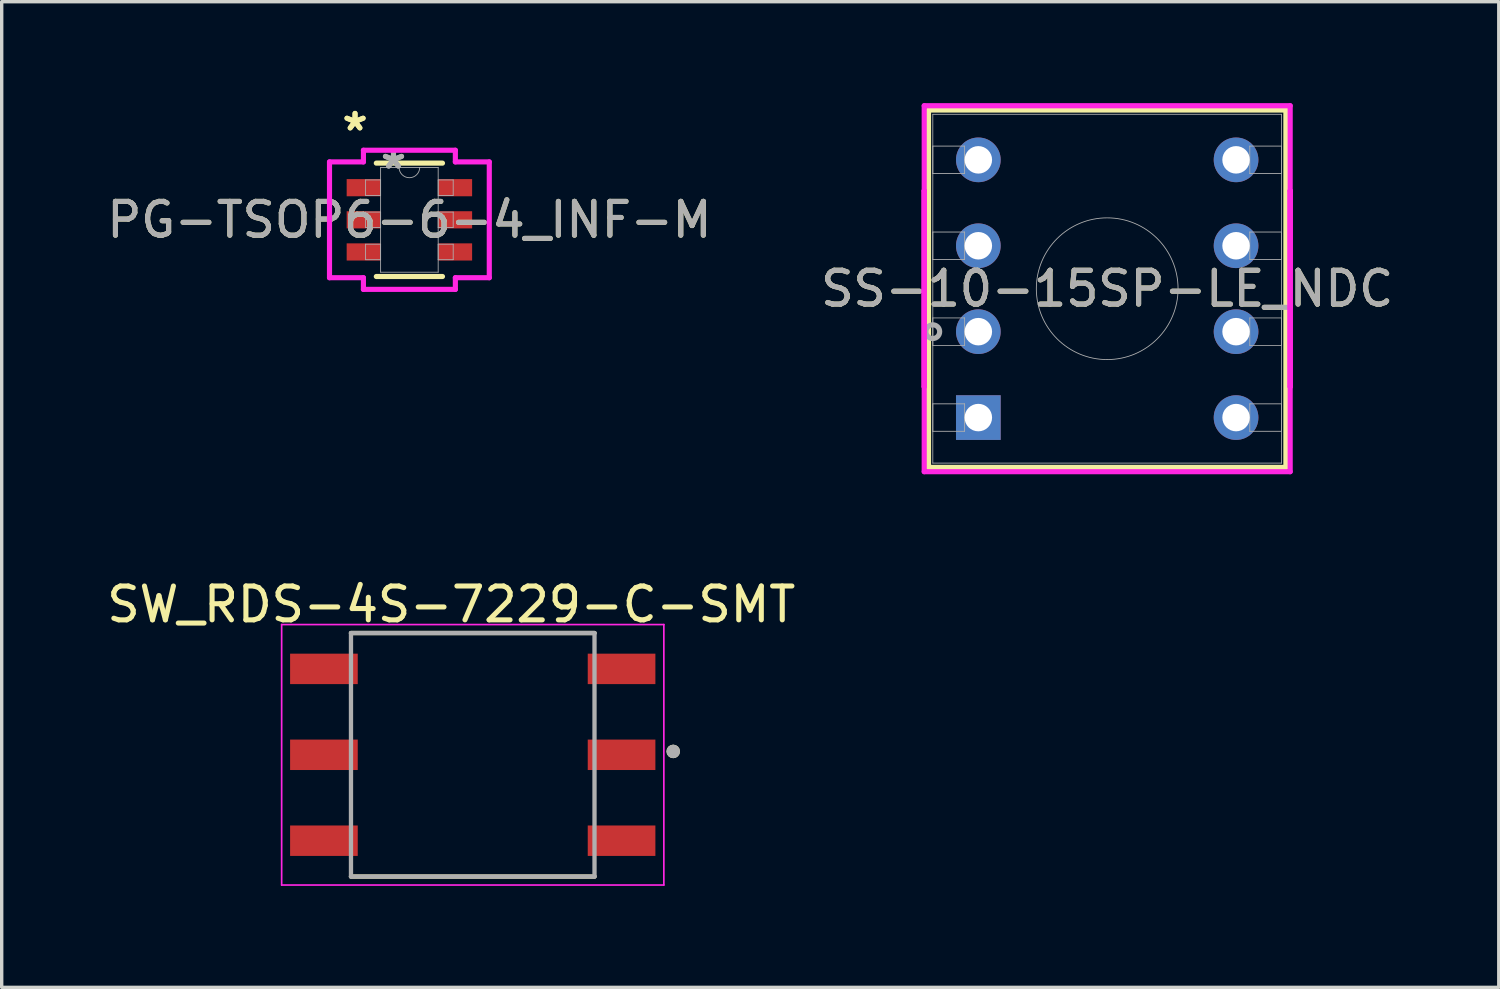
<source format=kicad_pcb>
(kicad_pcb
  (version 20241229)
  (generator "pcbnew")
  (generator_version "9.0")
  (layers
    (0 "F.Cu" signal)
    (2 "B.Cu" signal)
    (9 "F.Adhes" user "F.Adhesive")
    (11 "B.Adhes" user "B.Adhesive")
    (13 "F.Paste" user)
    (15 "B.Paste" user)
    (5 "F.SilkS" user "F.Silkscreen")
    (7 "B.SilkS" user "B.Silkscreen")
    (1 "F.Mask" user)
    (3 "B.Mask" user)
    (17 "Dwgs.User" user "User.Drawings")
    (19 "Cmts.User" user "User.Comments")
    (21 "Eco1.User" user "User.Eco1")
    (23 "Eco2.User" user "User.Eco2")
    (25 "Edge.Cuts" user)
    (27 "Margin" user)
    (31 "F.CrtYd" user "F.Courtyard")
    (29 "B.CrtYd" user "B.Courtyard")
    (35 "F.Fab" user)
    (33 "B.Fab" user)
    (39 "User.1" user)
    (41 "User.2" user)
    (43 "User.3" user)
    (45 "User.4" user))
  (footprint "SW_RDS-4S-7229-C-SMT"
    (layer "F.Cu")
    (at 10.927 19.266)
    (property "Reference" "SW_RDS-4S-7229-C-SMT" (at -0.635 -4.445 0) (layer "F.SilkS") (effects (font (size 1 1) (thickness 0.15))))
    (attr smd)
    (fp_line (start -3.6 -3.6) (end 3.6 -3.6) (stroke (width 0.127) (type solid)) (layer "F.SilkS"))
    (fp_line (start 3.6 3.6) (end -3.6 3.6) (stroke (width 0.127) (type solid)) (layer "F.SilkS"))
    (fp_circle (center 5.927 -0.1) (end 6.027 -0.1) (stroke (width 0.2) (type solid)) (fill no) (layer "F.SilkS"))
    (fp_line (start -5.65 -3.85) (end 5.65 -3.85) (stroke (width 0.05) (type solid)) (layer "F.CrtYd"))
    (fp_line (start -5.65 3.85) (end -5.65 -3.85) (stroke (width 0.05) (type solid)) (layer "F.CrtYd"))
    (fp_line (start 5.65 -3.85) (end 5.65 3.85) (stroke (width 0.05) (type solid)) (layer "F.CrtYd"))
    (fp_line (start 5.65 3.85) (end -5.65 3.85) (stroke (width 0.05) (type solid)) (layer "F.CrtYd"))
    (fp_line (start -3.6 -3.6) (end 3.6 -3.6) (stroke (width 0.127) (type solid)) (layer "F.Fab"))
    (fp_line (start -3.6 3.6) (end -3.6 -3.6) (stroke (width 0.127) (type solid)) (layer "F.Fab"))
    (fp_line (start 3.6 -3.6) (end 3.6 3.6) (stroke (width 0.127) (type solid)) (layer "F.Fab"))
    (fp_line (start 3.6 3.6) (end -3.6 3.6) (stroke (width 0.127) (type solid)) (layer "F.Fab"))
    (fp_circle (center 5.927 -0.1) (end 6.027 -0.1) (stroke (width 0.2) (type solid)) (fill no) (layer "F.Fab"))
    (pad "1" smd rect (at 4.4 0) (size 2 0.9) (layers "F.Cu" "F.Mask" "F.Paste"))
    (pad "2" smd rect (at 4.4 -2.54) (size 2 0.9) (layers "F.Cu" "F.Mask" "F.Paste"))
    (pad "4" smd rect (at -4.4 -2.54) (size 2 0.9) (layers "F.Cu" "F.Mask" "F.Paste"))
    (pad "8" smd rect (at -4.4 0) (size 2 0.9) (layers "F.Cu" "F.Mask" "F.Paste"))
    (pad "C1" smd rect (at -4.4 2.54) (size 2 0.9) (layers "F.Cu" "F.Mask" "F.Paste"))
    (pad "C2" smd rect (at 4.4 2.54) (size 2 0.9) (layers "F.Cu" "F.Mask" "F.Paste")))
  (footprint "SS-10-15SP-LE_NDC"
    (layer "F.Cu")
    (at 25.875 9.296)
    (property "Reference" "SS-10-15SP-LE_NDC" (at 3.81 -3.81 0) (unlocked yes) (layer "F.SilkS") (effects (font (size 1 1) (thickness 0.15))))
    (attr through_hole)
    (fp_line (start -1.473 -9.093) (end -1.473 1.473) (stroke (width 0.152) (type solid)) (layer "F.SilkS"))
    (fp_line (start -1.473 1.473) (end 9.093 1.473) (stroke (width 0.152) (type solid)) (layer "F.SilkS"))
    (fp_line (start 9.093 -9.093) (end -1.473 -9.093) (stroke (width 0.152) (type solid)) (layer "F.SilkS"))
    (fp_line (start 9.093 1.473) (end 9.093 -9.093) (stroke (width 0.152) (type solid)) (layer "F.SilkS"))
    (fp_line (start -1.6 -9.22) (end 9.22 -9.22) (stroke (width 0.152) (type solid)) (layer "F.CrtYd"))
    (fp_line (start -1.6 -6.706) (end -1.6 -6.706) (stroke (width 0.152) (type solid)) (layer "F.CrtYd"))
    (fp_line (start -1.6 -6.706) (end -1.6 -0.914) (stroke (width 0.152) (type solid)) (layer "F.CrtYd"))
    (fp_line (start -1.6 -0.914) (end -1.6 -9.22) (stroke (width 0.152) (type solid)) (layer "F.CrtYd"))
    (fp_line (start -1.6 -0.914) (end -1.6 -0.914) (stroke (width 0.152) (type solid)) (layer "F.CrtYd"))
    (fp_line (start -1.6 1.6) (end -1.6 -6.706) (stroke (width 0.152) (type solid)) (layer "F.CrtYd"))
    (fp_line (start 9.22 -9.22) (end 9.22 -0.914) (stroke (width 0.152) (type solid)) (layer "F.CrtYd"))
    (fp_line (start 9.22 -6.706) (end 9.22 -6.706) (stroke (width 0.152) (type solid)) (layer "F.CrtYd"))
    (fp_line (start 9.22 -6.706) (end 9.22 1.6) (stroke (width 0.152) (type solid)) (layer "F.CrtYd"))
    (fp_line (start 9.22 -0.914) (end 9.22 -6.706) (stroke (width 0.152) (type solid)) (layer "F.CrtYd"))
    (fp_line (start 9.22 -0.914) (end 9.22 -0.914) (stroke (width 0.152) (type solid)) (layer "F.CrtYd"))
    (fp_line (start 9.22 1.6) (end -1.6 1.6) (stroke (width 0.152) (type solid)) (layer "F.CrtYd"))
    (fp_line (start -1.346 -8.966) (end -1.346 1.346) (stroke (width 0.025) (type solid)) (layer "F.Fab"))
    (fp_line (start -1.346 -8.026) (end -0.406 -8.026) (stroke (width 0.025) (type solid)) (layer "F.Fab"))
    (fp_line (start -1.346 -7.214) (end -1.346 -8.026) (stroke (width 0.025) (type solid)) (layer "F.Fab"))
    (fp_line (start -1.346 -5.486) (end -0.406 -5.486) (stroke (width 0.025) (type solid)) (layer "F.Fab"))
    (fp_line (start -1.346 -4.674) (end -1.346 -5.486) (stroke (width 0.025) (type solid)) (layer "F.Fab"))
    (fp_line (start -1.346 -2.946) (end -0.406 -2.946) (stroke (width 0.025) (type solid)) (layer "F.Fab"))
    (fp_line (start -1.346 -2.134) (end -1.346 -2.946) (stroke (width 0.025) (type solid)) (layer "F.Fab"))
    (fp_line (start -1.346 -0.406) (end -0.406 -0.406) (stroke (width 0.025) (type solid)) (layer "F.Fab"))
    (fp_line (start -1.346 0.406) (end -1.346 -0.406) (stroke (width 0.025) (type solid)) (layer "F.Fab"))
    (fp_line (start -1.346 1.346) (end 8.966 1.346) (stroke (width 0.025) (type solid)) (layer "F.Fab"))
    (fp_line (start -0.406 -8.026) (end -0.406 -7.214) (stroke (width 0.025) (type solid)) (layer "F.Fab"))
    (fp_line (start -0.406 -7.214) (end -1.346 -7.214) (stroke (width 0.025) (type solid)) (layer "F.Fab"))
    (fp_line (start -0.406 -5.486) (end -0.406 -4.674) (stroke (width 0.025) (type solid)) (layer "F.Fab"))
    (fp_line (start -0.406 -4.674) (end -1.346 -4.674) (stroke (width 0.025) (type solid)) (layer "F.Fab"))
    (fp_line (start -0.406 -2.946) (end -0.406 -2.134) (stroke (width 0.025) (type solid)) (layer "F.Fab"))
    (fp_line (start -0.406 -2.134) (end -1.346 -2.134) (stroke (width 0.025) (type solid)) (layer "F.Fab"))
    (fp_line (start -0.406 -0.406) (end -0.406 0.406) (stroke (width 0.025) (type solid)) (layer "F.Fab"))
    (fp_line (start -0.406 0.406) (end -1.346 0.406) (stroke (width 0.025) (type solid)) (layer "F.Fab"))
    (fp_line (start 8.026 -8.026) (end 8.966 -8.026) (stroke (width 0.025) (type solid)) (layer "F.Fab"))
    (fp_line (start 8.026 -7.214) (end 8.026 -8.026) (stroke (width 0.025) (type solid)) (layer "F.Fab"))
    (fp_line (start 8.026 -5.486) (end 8.966 -5.486) (stroke (width 0.025) (type solid)) (layer "F.Fab"))
    (fp_line (start 8.026 -4.674) (end 8.026 -5.486) (stroke (width 0.025) (type solid)) (layer "F.Fab"))
    (fp_line (start 8.026 -2.946) (end 8.966 -2.946) (stroke (width 0.025) (type solid)) (layer "F.Fab"))
    (fp_line (start 8.026 -2.134) (end 8.026 -2.946) (stroke (width 0.025) (type solid)) (layer "F.Fab"))
    (fp_line (start 8.026 -0.406) (end 8.966 -0.406) (stroke (width 0.025) (type solid)) (layer "F.Fab"))
    (fp_line (start 8.026 0.406) (end 8.026 -0.406) (stroke (width 0.025) (type solid)) (layer "F.Fab"))
    (fp_line (start 8.966 -8.966) (end -1.346 -8.966) (stroke (width 0.025) (type solid)) (layer "F.Fab"))
    (fp_line (start 8.966 -8.026) (end 8.966 -7.214) (stroke (width 0.025) (type solid)) (layer "F.Fab"))
    (fp_line (start 8.966 -7.214) (end 8.026 -7.214) (stroke (width 0.025) (type solid)) (layer "F.Fab"))
    (fp_line (start 8.966 -5.486) (end 8.966 -4.674) (stroke (width 0.025) (type solid)) (layer "F.Fab"))
    (fp_line (start 8.966 -4.674) (end 8.026 -4.674) (stroke (width 0.025) (type solid)) (layer "F.Fab"))
    (fp_line (start 8.966 -2.946) (end 8.966 -2.134) (stroke (width 0.025) (type solid)) (layer "F.Fab"))
    (fp_line (start 8.966 -2.134) (end 8.026 -2.134) (stroke (width 0.025) (type solid)) (layer "F.Fab"))
    (fp_line (start 8.966 -0.406) (end 8.966 0.406) (stroke (width 0.025) (type solid)) (layer "F.Fab"))
    (fp_line (start 8.966 0.406) (end 8.026 0.406) (stroke (width 0.025) (type solid)) (layer "F.Fab"))
    (fp_line (start 8.966 1.346) (end 8.966 -8.966) (stroke (width 0.025) (type solid)) (layer "F.Fab"))
    (fp_circle (center -1.346 -2.54) (end -1.143 -2.54) (stroke (width 0.152) (type solid)) (fill no) (layer "F.Fab"))
    (fp_circle (center 3.81 -3.81) (end 5.905 -3.81) (stroke (width 0.025) (type solid)) (fill no) (layer "F.Fab"))
    (fp_text user "${REFERENCE}" (at 3.81 -3.81 0) (unlocked yes) (layer "F.Fab") (effects (font (size 1 1) (thickness 0.15))))
    (pad "1" thru_hole rect (at 0 0) (size 1.321 1.321) (drill 0.813) (layers "*.Cu" "*.Mask"))
    (pad "2" thru_hole circle (at 0 -2.54) (size 1.321 1.321) (drill 0.813) (layers "*.Cu" "*.Mask"))
    (pad "3" thru_hole circle (at 0 -5.08) (size 1.321 1.321) (drill 0.813) (layers "*.Cu" "*.Mask"))
    (pad "4" thru_hole circle (at 0 -7.62) (size 1.321 1.321) (drill 0.813) (layers "*.Cu" "*.Mask"))
    (pad "5" thru_hole circle (at 7.62 -7.62) (size 1.321 1.321) (drill 0.813) (layers "*.Cu" "*.Mask"))
    (pad "6" thru_hole circle (at 7.62 -5.08) (size 1.321 1.321) (drill 0.813) (layers "*.Cu" "*.Mask"))
    (pad "7" thru_hole circle (at 7.62 -2.54) (size 1.321 1.321) (drill 0.813) (layers "*.Cu" "*.Mask"))
    (pad "8" thru_hole circle (at 7.62 0) (size 1.321 1.321) (drill 0.813) (layers "*.Cu" "*.Mask")))
  (footprint "PG-TSOP6-6-4_INF-M"
    (layer "F.Cu")
    (at 9.054 3.449)
    (property "Reference" "PG-TSOP6-6-4_INF-M" (at 0 0 0) (unlocked yes) (layer "F.SilkS") (effects (font (size 1 1) (thickness 0.15))))
    (attr smd)
    (fp_line (start -0.978 1.676) (end 0.978 1.676) (stroke (width 0.152) (type solid)) (layer "F.SilkS"))
    (fp_line (start 0.978 -1.676) (end -0.978 -1.676) (stroke (width 0.152) (type solid)) (layer "F.SilkS"))
    (fp_line (start -2.362 -1.712) (end -1.359 -1.712) (stroke (width 0.152) (type solid)) (layer "F.CrtYd"))
    (fp_line (start -2.362 1.712) (end -2.362 -1.712) (stroke (width 0.152) (type solid)) (layer "F.CrtYd"))
    (fp_line (start -2.362 1.712) (end -1.359 1.712) (stroke (width 0.152) (type solid)) (layer "F.CrtYd"))
    (fp_line (start -1.359 -2.057) (end 1.359 -2.057) (stroke (width 0.152) (type solid)) (layer "F.CrtYd"))
    (fp_line (start -1.359 -1.712) (end -1.359 -2.057) (stroke (width 0.152) (type solid)) (layer "F.CrtYd"))
    (fp_line (start -1.359 2.057) (end -1.359 1.712) (stroke (width 0.152) (type solid)) (layer "F.CrtYd"))
    (fp_line (start 1.359 -2.057) (end 1.359 -1.712) (stroke (width 0.152) (type solid)) (layer "F.CrtYd"))
    (fp_line (start 1.359 1.712) (end 1.359 2.057) (stroke (width 0.152) (type solid)) (layer "F.CrtYd"))
    (fp_line (start 1.359 2.057) (end -1.359 2.057) (stroke (width 0.152) (type solid)) (layer "F.CrtYd"))
    (fp_line (start 2.362 -1.712) (end 1.359 -1.712) (stroke (width 0.152) (type solid)) (layer "F.CrtYd"))
    (fp_line (start 2.362 -1.712) (end 2.362 1.712) (stroke (width 0.152) (type solid)) (layer "F.CrtYd"))
    (fp_line (start 2.362 1.712) (end 1.359 1.712) (stroke (width 0.152) (type solid)) (layer "F.CrtYd"))
    (fp_line (start -1.295 -1.179) (end -1.295 -0.721) (stroke (width 0.025) (type solid)) (layer "F.Fab"))
    (fp_line (start -1.295 -0.721) (end -0.851 -0.721) (stroke (width 0.025) (type solid)) (layer "F.Fab"))
    (fp_line (start -1.295 -0.229) (end -1.295 0.229) (stroke (width 0.025) (type solid)) (layer "F.Fab"))
    (fp_line (start -1.295 0.229) (end -0.851 0.229) (stroke (width 0.025) (type solid)) (layer "F.Fab"))
    (fp_line (start -1.295 0.721) (end -1.295 1.179) (stroke (width 0.025) (type solid)) (layer "F.Fab"))
    (fp_line (start -1.295 1.179) (end -0.851 1.179) (stroke (width 0.025) (type solid)) (layer "F.Fab"))
    (fp_line (start -0.851 -1.549) (end -0.851 1.549) (stroke (width 0.025) (type solid)) (layer "F.Fab"))
    (fp_line (start -0.851 -1.179) (end -1.295 -1.179) (stroke (width 0.025) (type solid)) (layer "F.Fab"))
    (fp_line (start -0.851 -0.721) (end -0.851 -1.179) (stroke (width 0.025) (type solid)) (layer "F.Fab"))
    (fp_line (start -0.851 -0.229) (end -1.295 -0.229) (stroke (width 0.025) (type solid)) (layer "F.Fab"))
    (fp_line (start -0.851 0.229) (end -0.851 -0.229) (stroke (width 0.025) (type solid)) (layer "F.Fab"))
    (fp_line (start -0.851 0.721) (end -1.295 0.721) (stroke (width 0.025) (type solid)) (layer "F.Fab"))
    (fp_line (start -0.851 1.179) (end -0.851 0.721) (stroke (width 0.025) (type solid)) (layer "F.Fab"))
    (fp_line (start -0.851 1.549) (end 0.851 1.549) (stroke (width 0.025) (type solid)) (layer "F.Fab"))
    (fp_line (start 0.851 -1.549) (end -0.851 -1.549) (stroke (width 0.025) (type solid)) (layer "F.Fab"))
    (fp_line (start 0.851 -1.179) (end 0.851 -0.721) (stroke (width 0.025) (type solid)) (layer "F.Fab"))
    (fp_line (start 0.851 -0.721) (end 1.295 -0.721) (stroke (width 0.025) (type solid)) (layer "F.Fab"))
    (fp_line (start 0.851 -0.229) (end 0.851 0.229) (stroke (width 0.025) (type solid)) (layer "F.Fab"))
    (fp_line (start 0.851 0.229) (end 1.295 0.229) (stroke (width 0.025) (type solid)) (layer "F.Fab"))
    (fp_line (start 0.851 0.721) (end 0.851 1.179) (stroke (width 0.025) (type solid)) (layer "F.Fab"))
    (fp_line (start 0.851 1.179) (end 1.295 1.179) (stroke (width 0.025) (type solid)) (layer "F.Fab"))
    (fp_line (start 0.851 1.549) (end 0.851 -1.549) (stroke (width 0.025) (type solid)) (layer "F.Fab"))
    (fp_line (start 1.295 -1.179) (end 0.851 -1.179) (stroke (width 0.025) (type solid)) (layer "F.Fab"))
    (fp_line (start 1.295 -0.721) (end 1.295 -1.179) (stroke (width 0.025) (type solid)) (layer "F.Fab"))
    (fp_line (start 1.295 -0.229) (end 0.851 -0.229) (stroke (width 0.025) (type solid)) (layer "F.Fab"))
    (fp_line (start 1.295 0.229) (end 1.295 -0.229) (stroke (width 0.025) (type solid)) (layer "F.Fab"))
    (fp_line (start 1.295 0.721) (end 0.851 0.721) (stroke (width 0.025) (type solid)) (layer "F.Fab"))
    (fp_line (start 1.295 1.179) (end 1.295 0.721) (stroke (width 0.025) (type solid)) (layer "F.Fab"))
    (fp_arc (start 0.3048 -1.5494) (mid 0 -1.2446) (end -0.3048 -1.5494) (stroke (width 0.0254) (type solid)) (layer "F.Fab"))
    (fp_text user "*" (at -1.607 -2.601 0) (layer "F.SilkS") (effects (font (size 1 1) (thickness 0.15))))
    (fp_text user "*" (at -1.607 -2.601 0) (unlocked yes) (layer "F.SilkS") (effects (font (size 1 1) (thickness 0.15))))
    (fp_text user "${REFERENCE}" (at 0 0 0) (unlocked yes) (layer "F.Fab") (effects (font (size 1 1) (thickness 0.15))))
    (fp_text user "*" (at -0.47 -1.473 0) (layer "F.Fab") (effects (font (size 1 1) (thickness 0.15))))
    (fp_text user "*" (at -0.47 -1.473 0) (unlocked yes) (layer "F.Fab") (effects (font (size 1 1) (thickness 0.15))))
    (pad "1" smd rect (at -1.353 -0.95) (size 1.003 0.508) (layers "F.Cu" "F.Mask" "F.Paste"))
    (pad "2" smd rect (at -1.353 0) (size 1.003 0.508) (layers "F.Cu" "F.Mask" "F.Paste"))
    (pad "3" smd rect (at -1.353 0.95) (size 1.003 0.508) (layers "F.Cu" "F.Mask" "F.Paste"))
    (pad "4" smd rect (at 1.353 0.95) (size 1.003 0.508) (layers "F.Cu" "F.Mask" "F.Paste"))
    (pad "5" smd rect (at 1.353 0) (size 1.003 0.508) (layers "F.Cu" "F.Mask" "F.Paste"))
    (pad "6" smd rect (at 1.353 -0.95) (size 1.003 0.508) (layers "F.Cu" "F.Mask" "F.Paste")))
  (gr_rect
    (start -3 -3)
    (end 41.262 26.141)
    (stroke (width 0.1) (type default))
    (fill no)
    (layer "Edge.Cuts")))
</source>
